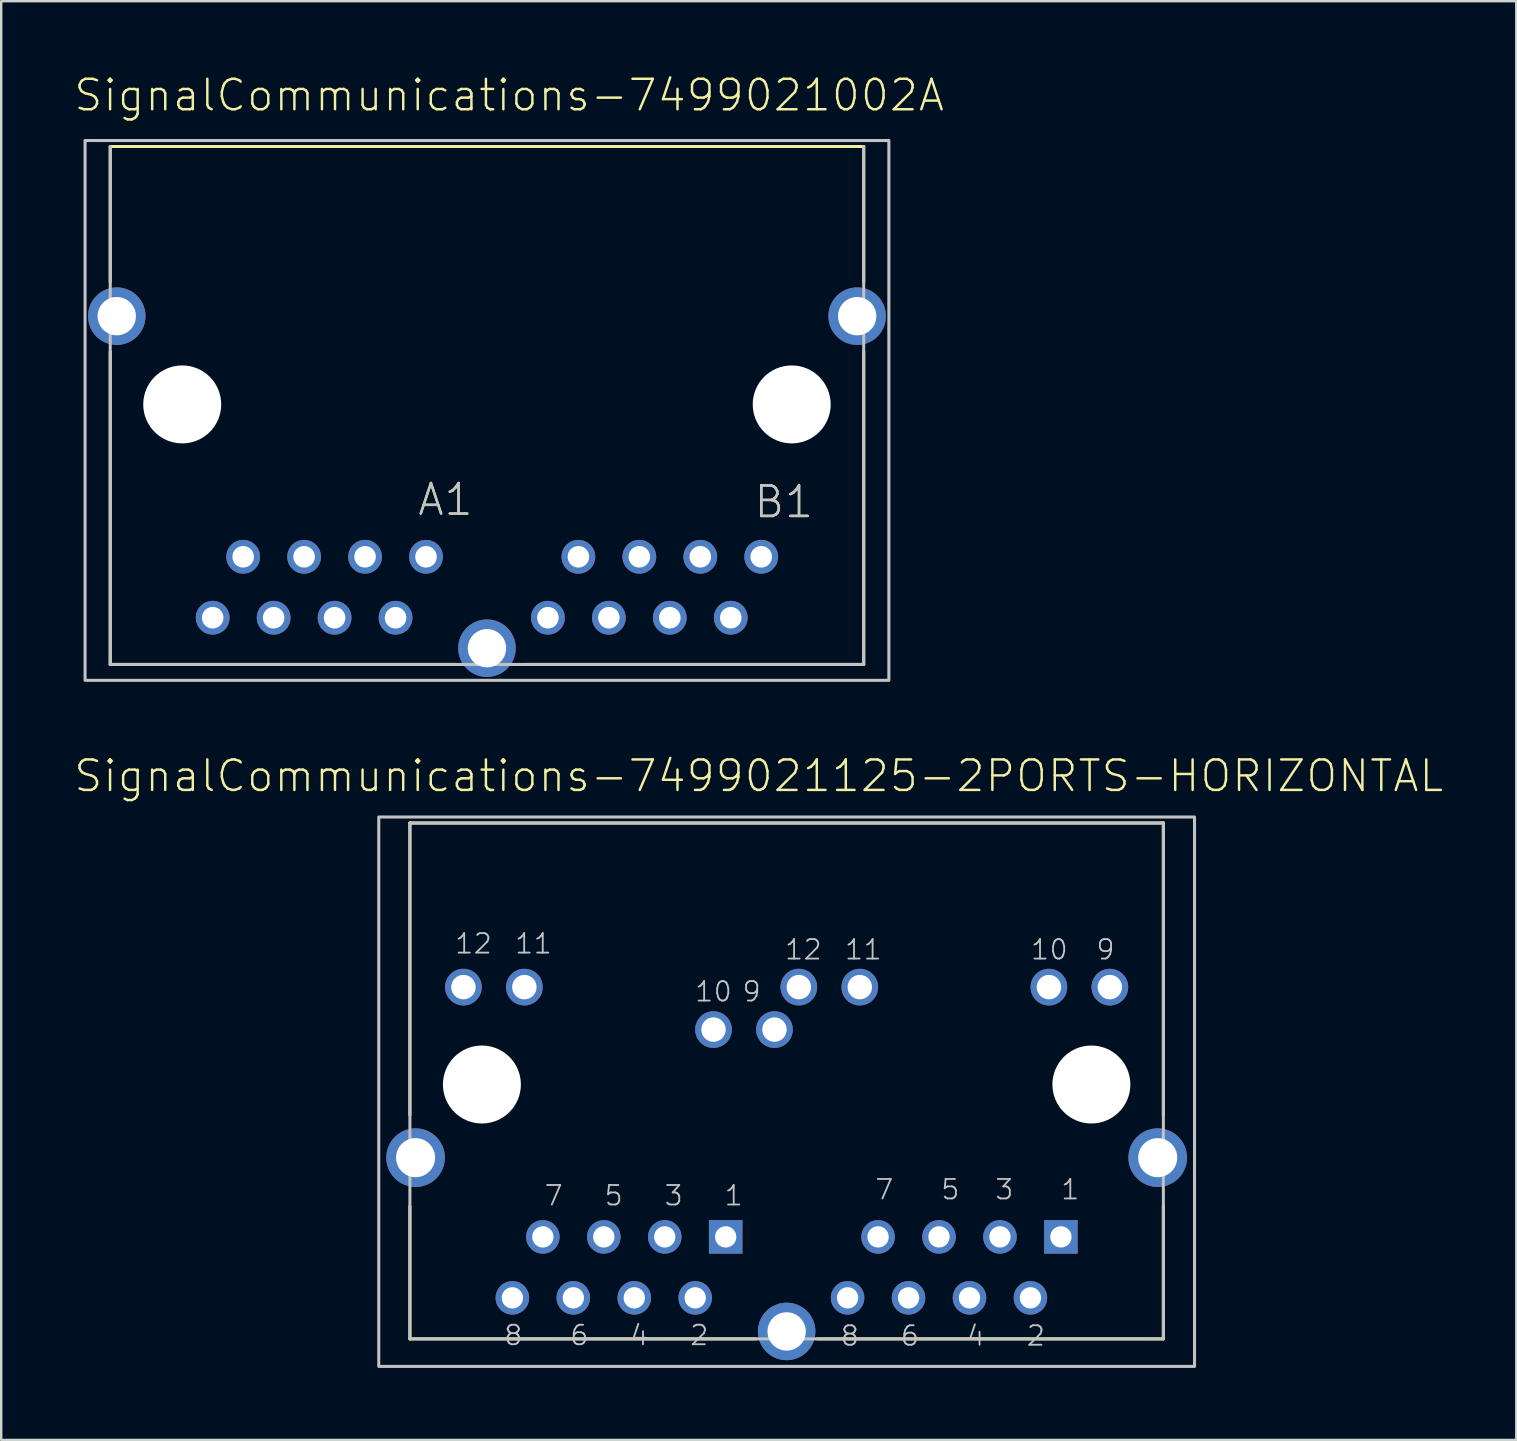
<source format=kicad_pcb>
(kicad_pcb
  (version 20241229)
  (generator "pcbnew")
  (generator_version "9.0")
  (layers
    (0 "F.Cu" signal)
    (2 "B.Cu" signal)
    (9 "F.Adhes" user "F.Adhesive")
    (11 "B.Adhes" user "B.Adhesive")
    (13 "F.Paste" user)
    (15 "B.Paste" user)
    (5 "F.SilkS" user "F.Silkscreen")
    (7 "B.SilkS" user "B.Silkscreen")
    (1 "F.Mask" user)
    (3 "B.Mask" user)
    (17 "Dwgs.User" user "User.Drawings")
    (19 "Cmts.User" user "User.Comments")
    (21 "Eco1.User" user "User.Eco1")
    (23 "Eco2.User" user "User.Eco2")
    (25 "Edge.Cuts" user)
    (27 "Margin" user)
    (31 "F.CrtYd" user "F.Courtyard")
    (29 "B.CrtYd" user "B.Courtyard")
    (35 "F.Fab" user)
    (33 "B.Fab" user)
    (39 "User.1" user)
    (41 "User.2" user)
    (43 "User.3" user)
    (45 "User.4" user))
  (footprint "SignalCommunications-7499021125-2PORTS-HORIZONTAL"
    (layer "F.Cu")
    (at 29.733 42.147)
    (property "Reference" "SignalCommunications-7499021125-2PORTS-HORIZONTAL" (at -1.163 -12.86 0) (layer "F.SilkS") (effects (font (size 1.27 1.27) (thickness 0.102))))
    (attr exclude_from_pos_files exclude_from_bom)
    (fp_line (start -15.7 1.27) (end -15.7 -10.899) (stroke (width 0.127) (type solid)) (layer "F.SilkS"))
    (fp_line (start -15.7 10.599) (end -15.7 5.08) (stroke (width 0.127) (type solid)) (layer "F.SilkS"))
    (fp_line (start -15.7 10.599) (end -1.27 10.599) (stroke (width 0.127) (type solid)) (layer "F.SilkS"))
    (fp_line (start 1.27 10.599) (end 15.7 10.599) (stroke (width 0.127) (type solid)) (layer "F.SilkS"))
    (fp_line (start 15.7 -10.899) (end -15.7 -10.899) (stroke (width 0.127) (type solid)) (layer "F.SilkS"))
    (fp_line (start 15.7 -10.899) (end 15.7 1.27) (stroke (width 0.127) (type solid)) (layer "F.SilkS"))
    (fp_line (start 15.7 5.08) (end 15.7 10.599) (stroke (width 0.127) (type solid)) (layer "F.SilkS"))
    (fp_line (start -15.7 -10.899) (end -15.7 10.599) (stroke (width 0.127) (type solid)) (layer "Dwgs.User"))
    (fp_line (start -15.7 -10.899) (end 15.7 -10.899) (stroke (width 0.127) (type solid)) (layer "Dwgs.User"))
    (fp_line (start -15.7 10.599) (end 15.7 10.599) (stroke (width 0.127) (type solid)) (layer "Dwgs.User"))
    (fp_line (start 15.7 -10.899) (end 15.7 10.599) (stroke (width 0.127) (type solid)) (layer "Dwgs.User"))
    (fp_poly (pts (xy -16.998 -11.148) (xy 16.998 -11.148) (xy 16.998 11.748) (xy -16.998 11.748) (xy -16.998 -11.148)) (stroke (width 0.127) (type solid)) (fill no) (layer "Dwgs.User"))
    (fp_text user "6" (at -8.641 10.452 180) (layer "Dwgs.User") (effects (font (size 0.813 0.813) (thickness 0.076))))
    (fp_text user "10" (at 10.947 -5.621 180) (layer "Dwgs.User") (effects (font (size 0.813 0.813) (thickness 0.076))))
    (fp_text user "12" (at 0.696 -5.621 180) (layer "Dwgs.User") (effects (font (size 0.813 0.813) (thickness 0.076))))
    (fp_text user "11" (at 3.195 -5.621 180) (layer "Dwgs.User") (effects (font (size 0.813 0.813) (thickness 0.076))))
    (fp_text user "5" (at -7.209 4.628 180) (layer "Dwgs.User") (effects (font (size 0.813 0.813) (thickness 0.076))))
    (fp_text user "1" (at 11.821 4.376 180) (layer "Dwgs.User") (effects (font (size 0.813 0.813) (thickness 0.076))))
    (fp_text user "8" (at -11.392 10.452 180) (layer "Dwgs.User") (effects (font (size 0.813 0.813) (thickness 0.076))))
    (fp_text user "2" (at -3.642 10.452 180) (layer "Dwgs.User") (effects (font (size 0.813 0.813) (thickness 0.076))))
    (fp_text user "1" (at -2.207 4.628 180) (layer "Dwgs.User") (effects (font (size 0.813 0.813) (thickness 0.076))))
    (fp_text user "9" (at 13.289 -5.621 180) (layer "Dwgs.User") (effects (font (size 0.813 0.813) (thickness 0.076))))
    (fp_text user "12" (at -13.051 -5.87 180) (layer "Dwgs.User") (effects (font (size 0.813 0.813) (thickness 0.076))))
    (fp_text user "5" (at 6.82 4.376 180) (layer "Dwgs.User") (effects (font (size 0.813 0.813) (thickness 0.076))))
    (fp_text user "9" (at -1.458 -3.871 180) (layer "Dwgs.User") (effects (font (size 0.813 0.813) (thickness 0.076))))
    (fp_text user "10" (at -3.051 -3.871 180) (layer "Dwgs.User") (effects (font (size 0.813 0.813) (thickness 0.076))))
    (fp_text user "7" (at -9.708 4.628 180) (layer "Dwgs.User") (effects (font (size 0.813 0.813) (thickness 0.076))))
    (fp_text user "6" (at 5.136 10.472 180) (layer "Dwgs.User") (effects (font (size 0.813 0.813) (thickness 0.076))))
    (fp_text user "4" (at 7.884 10.472 180) (layer "Dwgs.User") (effects (font (size 0.813 0.813) (thickness 0.076))))
    (fp_text user "8" (at 2.634 10.472 180) (layer "Dwgs.User") (effects (font (size 0.813 0.813) (thickness 0.076))))
    (fp_text user "11" (at -10.551 -5.87 180) (layer "Dwgs.User") (effects (font (size 0.813 0.813) (thickness 0.076))))
    (fp_text user "2" (at 10.386 10.472 180) (layer "Dwgs.User") (effects (font (size 0.813 0.813) (thickness 0.076))))
    (fp_text user "7" (at 4.069 4.376 180) (layer "Dwgs.User") (effects (font (size 0.813 0.813) (thickness 0.076))))
    (fp_text user "4" (at -6.142 10.452 180) (layer "Dwgs.User") (effects (font (size 0.813 0.813) (thickness 0.076))))
    (fp_text user "3" (at 9.07 4.376 180) (layer "Dwgs.User") (effects (font (size 0.813 0.813) (thickness 0.076))))
    (fp_text user "3" (at -4.707 4.628 180) (layer "Dwgs.User") (effects (font (size 0.813 0.813) (thickness 0.076))))
    (pad "" np_thru_hole circle (at -12.7 0) (size 3.249 3.249) (drill 3.249) (layers "*.Cu" "*.Mask"))
    (pad "" np_thru_hole circle (at 12.7 0) (size 3.249 3.249) (drill 3.249) (layers "*.Cu" "*.Mask"))
    (pad "A1" thru_hole rect (at -2.54 6.35) (size 1.397 1.397) (drill 0.889) (layers "*.Cu" "*.Paste" "*.Mask"))
    (pad "A2" thru_hole circle (at -3.81 8.89) (size 1.397 1.397) (drill 0.889) (layers "*.Cu" "*.Paste" "*.Mask"))
    (pad "A3" thru_hole circle (at -5.08 6.35) (size 1.397 1.397) (drill 0.889) (layers "*.Cu" "*.Paste" "*.Mask"))
    (pad "A4" thru_hole circle (at -6.35 8.89) (size 1.397 1.397) (drill 0.889) (layers "*.Cu" "*.Paste" "*.Mask"))
    (pad "A5" thru_hole circle (at -7.62 6.35) (size 1.397 1.397) (drill 0.889) (layers "*.Cu" "*.Paste" "*.Mask"))
    (pad "A6" thru_hole circle (at -8.89 8.89) (size 1.397 1.397) (drill 0.889) (layers "*.Cu" "*.Paste" "*.Mask"))
    (pad "A7" thru_hole circle (at -10.16 6.35) (size 1.397 1.397) (drill 0.889) (layers "*.Cu" "*.Paste" "*.Mask"))
    (pad "A8" thru_hole circle (at -11.43 8.89) (size 1.397 1.397) (drill 0.889) (layers "*.Cu" "*.Paste" "*.Mask"))
    (pad "A9" thru_hole circle (at -0.508 -2.289) (size 1.529 1.529) (drill 1.019) (layers "*.Cu" "*.Paste" "*.Mask"))
    (pad "A10" thru_hole circle (at -3.048 -2.289) (size 1.529 1.529) (drill 1.019) (layers "*.Cu" "*.Paste" "*.Mask"))
    (pad "A11" thru_hole circle (at -10.93 -4.059) (size 1.529 1.529) (drill 1.019) (layers "*.Cu" "*.Paste" "*.Mask"))
    (pad "A12" thru_hole circle (at -13.47 -4.059) (size 1.529 1.529) (drill 1.019) (layers "*.Cu" "*.Paste" "*.Mask"))
    (pad "B1" thru_hole rect (at 11.43 6.35) (size 1.397 1.397) (drill 0.889) (layers "*.Cu" "*.Paste" "*.Mask"))
    (pad "B2" thru_hole circle (at 10.16 8.89) (size 1.397 1.397) (drill 0.889) (layers "*.Cu" "*.Paste" "*.Mask"))
    (pad "B3" thru_hole circle (at 8.89 6.35) (size 1.397 1.397) (drill 0.889) (layers "*.Cu" "*.Paste" "*.Mask"))
    (pad "B4" thru_hole circle (at 7.62 8.89) (size 1.397 1.397) (drill 0.889) (layers "*.Cu" "*.Paste" "*.Mask"))
    (pad "B5" thru_hole circle (at 6.35 6.35) (size 1.397 1.397) (drill 0.889) (layers "*.Cu" "*.Paste" "*.Mask"))
    (pad "B6" thru_hole circle (at 5.08 8.89) (size 1.397 1.397) (drill 0.889) (layers "*.Cu" "*.Paste" "*.Mask"))
    (pad "B7" thru_hole circle (at 3.81 6.35) (size 1.397 1.397) (drill 0.889) (layers "*.Cu" "*.Paste" "*.Mask"))
    (pad "B8" thru_hole circle (at 2.54 8.89) (size 1.397 1.397) (drill 0.889) (layers "*.Cu" "*.Paste" "*.Mask"))
    (pad "B9" thru_hole circle (at 13.47 -4.059) (size 1.529 1.529) (drill 1.019) (layers "*.Cu" "*.Paste" "*.Mask"))
    (pad "B10" thru_hole circle (at 10.93 -4.059) (size 1.529 1.529) (drill 1.019) (layers "*.Cu" "*.Paste" "*.Mask"))
    (pad "B11" thru_hole circle (at 3.048 -4.059) (size 1.529 1.529) (drill 1.019) (layers "*.Cu" "*.Paste" "*.Mask"))
    (pad "B12" thru_hole circle (at 0.508 -4.059) (size 1.529 1.529) (drill 1.019) (layers "*.Cu" "*.Paste" "*.Mask"))
    (pad "Z1" thru_hole circle (at -15.464 3.048) (size 2.443 2.443) (drill 1.628) (layers "*.Cu" "*.Paste" "*.Mask"))
    (pad "Z2" thru_hole circle (at 15.464 3.048) (size 2.443 2.443) (drill 1.628) (layers "*.Cu" "*.Paste" "*.Mask"))
    (pad "Z3" thru_hole circle (at 0 10.29) (size 2.398 2.398) (drill 1.598) (layers "*.Cu" "*.Paste" "*.Mask")))
  (footprint "SignalCommunications-7499021002A"
    (layer "F.Cu")
    (at 17.244 13.804)
    (property "Reference" "SignalCommunications-7499021002A" (at 0.925 -12.883 0) (layer "F.SilkS") (effects (font (size 1.27 1.27) (thickness 0.102))))
    (attr exclude_from_pos_files exclude_from_bom)
    (fp_line (start -15.7 -10.749) (end 15.7 -10.749) (stroke (width 0.127) (type solid)) (layer "F.SilkS"))
    (fp_line (start -15.7 -5.098) (end -15.7 -10.749) (stroke (width 0.127) (type solid)) (layer "F.SilkS"))
    (fp_line (start -15.7 -2.2) (end -15.7 10.838) (stroke (width 0.127) (type solid)) (layer "F.SilkS"))
    (fp_line (start -15.7 10.838) (end -1.298 10.838) (stroke (width 0.127) (type solid)) (layer "F.SilkS"))
    (fp_line (start 1.598 10.838) (end 15.7 10.838) (stroke (width 0.127) (type solid)) (layer "F.SilkS"))
    (fp_line (start 15.7 -5.098) (end 15.7 -10.749) (stroke (width 0.127) (type solid)) (layer "F.SilkS"))
    (fp_line (start 15.7 10.838) (end 15.7 -2.2) (stroke (width 0.127) (type solid)) (layer "F.SilkS"))
    (fp_line (start -15.7 10.838) (end -15.7 -10.749) (stroke (width 0.127) (type solid)) (layer "Dwgs.User"))
    (fp_line (start 15.7 -10.749) (end 15.7 10.838) (stroke (width 0.127) (type solid)) (layer "Dwgs.User"))
    (fp_line (start 15.7 10.838) (end -15.7 10.838) (stroke (width 0.127) (type solid)) (layer "Dwgs.User"))
    (fp_poly (pts (xy -16.749 -10.998) (xy 16.749 -10.998) (xy 16.749 11.499) (xy -16.749 11.499) (xy -16.749 -10.998)) (stroke (width 0.127) (type solid)) (fill no) (layer "Dwgs.User"))
    (fp_text user "A1" (at -1.73 3.965 0) (layer "F.SilkS") (effects (font (size 1.27 1.27) (thickness 0.102))))
    (fp_text user "B1" (at 12.37 4.064 0) (layer "F.SilkS") (effects (font (size 1.27 1.27) (thickness 0.102))))
    (fp_text user "A1" (at -1.73 3.965 0) (layer "Dwgs.User") (effects (font (size 1.27 1.27) (thickness 0.102))))
    (fp_text user "B1" (at 12.37 4.064 0) (layer "Dwgs.User") (effects (font (size 1.27 1.27) (thickness 0.102))))
    (pad "" np_thru_hole circle (at -12.7 0) (size 3.249 3.249) (drill 3.249) (layers "*.Cu" "*.Mask"))
    (pad "" np_thru_hole circle (at 12.7 0) (size 3.249 3.249) (drill 3.249) (layers "*.Cu" "*.Mask"))
    (pad "A1" thru_hole circle (at -2.54 6.35) (size 1.407 1.407) (drill 0.899) (layers "*.Cu" "*.Paste" "*.Mask"))
    (pad "A2" thru_hole circle (at -3.81 8.89) (size 1.407 1.407) (drill 0.899) (layers "*.Cu" "*.Paste" "*.Mask"))
    (pad "A3" thru_hole circle (at -5.08 6.35) (size 1.407 1.407) (drill 0.899) (layers "*.Cu" "*.Paste" "*.Mask"))
    (pad "A4" thru_hole circle (at -6.35 8.89) (size 1.407 1.407) (drill 0.899) (layers "*.Cu" "*.Paste" "*.Mask"))
    (pad "A5" thru_hole circle (at -7.62 6.35) (size 1.407 1.407) (drill 0.899) (layers "*.Cu" "*.Paste" "*.Mask"))
    (pad "A6" thru_hole circle (at -8.89 8.89) (size 1.407 1.407) (drill 0.899) (layers "*.Cu" "*.Paste" "*.Mask"))
    (pad "A7" thru_hole circle (at -10.16 6.35) (size 1.407 1.407) (drill 0.899) (layers "*.Cu" "*.Paste" "*.Mask"))
    (pad "A8" thru_hole circle (at -11.43 8.89) (size 1.407 1.407) (drill 0.899) (layers "*.Cu" "*.Paste" "*.Mask"))
    (pad "B1" thru_hole circle (at 11.43 6.35) (size 1.407 1.407) (drill 0.899) (layers "*.Cu" "*.Paste" "*.Mask"))
    (pad "B2" thru_hole circle (at 10.16 8.89) (size 1.407 1.407) (drill 0.899) (layers "*.Cu" "*.Paste" "*.Mask"))
    (pad "B3" thru_hole circle (at 8.89 6.35) (size 1.407 1.407) (drill 0.899) (layers "*.Cu" "*.Paste" "*.Mask"))
    (pad "B4" thru_hole circle (at 7.62 8.89) (size 1.407 1.407) (drill 0.899) (layers "*.Cu" "*.Paste" "*.Mask"))
    (pad "B5" thru_hole circle (at 6.35 6.35) (size 1.407 1.407) (drill 0.899) (layers "*.Cu" "*.Paste" "*.Mask"))
    (pad "B6" thru_hole circle (at 5.08 8.89) (size 1.407 1.407) (drill 0.899) (layers "*.Cu" "*.Paste" "*.Mask"))
    (pad "B7" thru_hole circle (at 3.81 6.35) (size 1.407 1.407) (drill 0.899) (layers "*.Cu" "*.Paste" "*.Mask"))
    (pad "B8" thru_hole circle (at 2.54 8.89) (size 1.407 1.407) (drill 0.899) (layers "*.Cu" "*.Paste" "*.Mask"))
    (pad "SHEL" thru_hole circle (at -15.428 -3.678) (size 2.398 2.398) (drill 1.598) (layers "*.Cu" "*.Paste" "*.Mask"))
    (pad "SHEL" thru_hole circle (at 0 10.16) (size 2.398 2.398) (drill 1.598) (layers "*.Cu" "*.Paste" "*.Mask"))
    (pad "SHEL" thru_hole circle (at 15.428 -3.678) (size 2.398 2.398) (drill 1.598) (layers "*.Cu" "*.Paste" "*.Mask")))
  (gr_rect
    (start -3 -3)
    (end 60.14 56.958)
    (stroke (width 0.1) (type default))
    (fill no)
    (layer "Edge.Cuts")))
</source>
